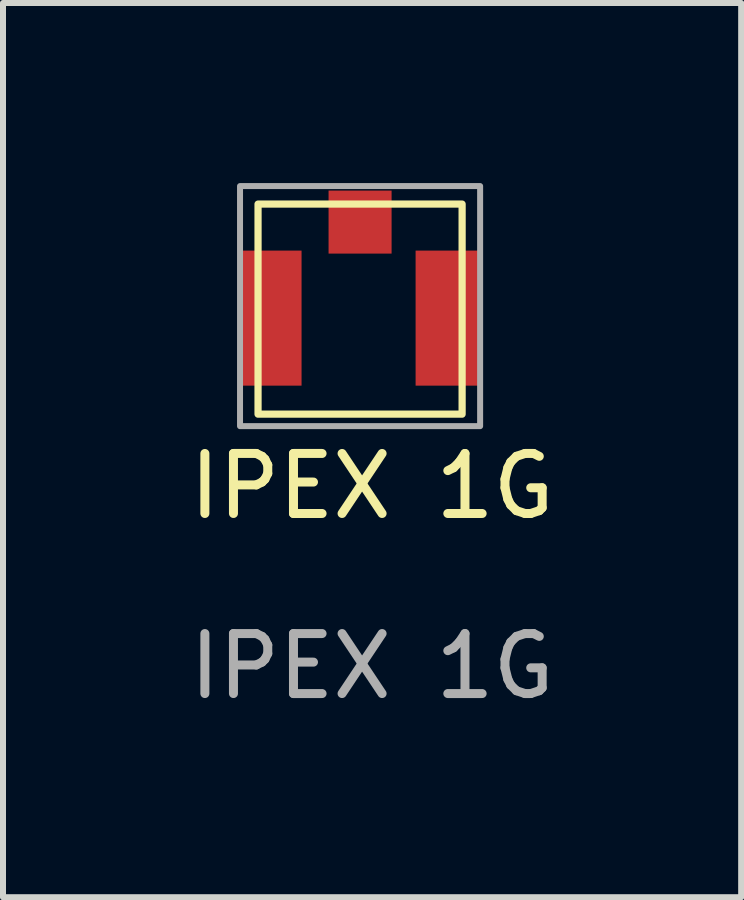
<source format=kicad_pcb>
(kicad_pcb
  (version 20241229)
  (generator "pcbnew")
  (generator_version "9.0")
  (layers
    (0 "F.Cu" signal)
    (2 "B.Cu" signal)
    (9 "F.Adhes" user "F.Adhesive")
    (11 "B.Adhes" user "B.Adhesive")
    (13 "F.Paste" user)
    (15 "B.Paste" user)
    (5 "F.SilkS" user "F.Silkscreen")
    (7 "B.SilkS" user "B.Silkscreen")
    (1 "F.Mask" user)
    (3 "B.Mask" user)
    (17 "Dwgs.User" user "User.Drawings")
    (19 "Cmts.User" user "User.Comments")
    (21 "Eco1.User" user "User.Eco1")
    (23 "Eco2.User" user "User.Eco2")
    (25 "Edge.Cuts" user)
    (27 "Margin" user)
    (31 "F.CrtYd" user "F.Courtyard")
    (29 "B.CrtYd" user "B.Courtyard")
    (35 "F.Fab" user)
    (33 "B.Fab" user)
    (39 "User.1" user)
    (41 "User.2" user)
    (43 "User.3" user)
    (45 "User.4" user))
  (footprint "IPEX 1G"
    (layer "F.Cu")
    (at 1.449 2.25)
    (property "Reference" "IPEX 1G" (at 1.7 2.8 0) (unlocked yes) (layer "F.SilkS") (effects (font (size 1 1) (thickness 0.15))))
    (attr smd)
    (fp_rect (start -0.2 -1.9) (end 3.2 1.6) (stroke (width 0.12) (type solid)) (fill no) (layer "F.SilkS"))
    (fp_rect (start -0.5 -2.2) (end 3.5 1.8) (stroke (width 0.1) (type solid)) (fill no) (layer "F.Fab"))
    (fp_text user "${REFERENCE}" (at 1.7 5.8 0) (unlocked yes) (layer "F.Fab") (effects (font (size 1 1) (thickness 0.15))))
    (pad "1" smd rect (at 0 0) (size 1.05 2.25) (layers "F.Cu" "F.Mask" "F.Paste"))
    (pad "2" smd rect (at 2.95 0) (size 1.05 2.25) (layers "F.Cu" "F.Mask" "F.Paste"))
    (pad "3" smd rect (at 1.5 -1.6) (size 1.05 1.05) (layers "F.Cu" "F.Mask" "F.Paste")))
  (gr_rect
    (start -3 -3)
    (end 9.298 11.898)
    (stroke (width 0.1) (type default))
    (fill no)
    (layer "Edge.Cuts")))
</source>
